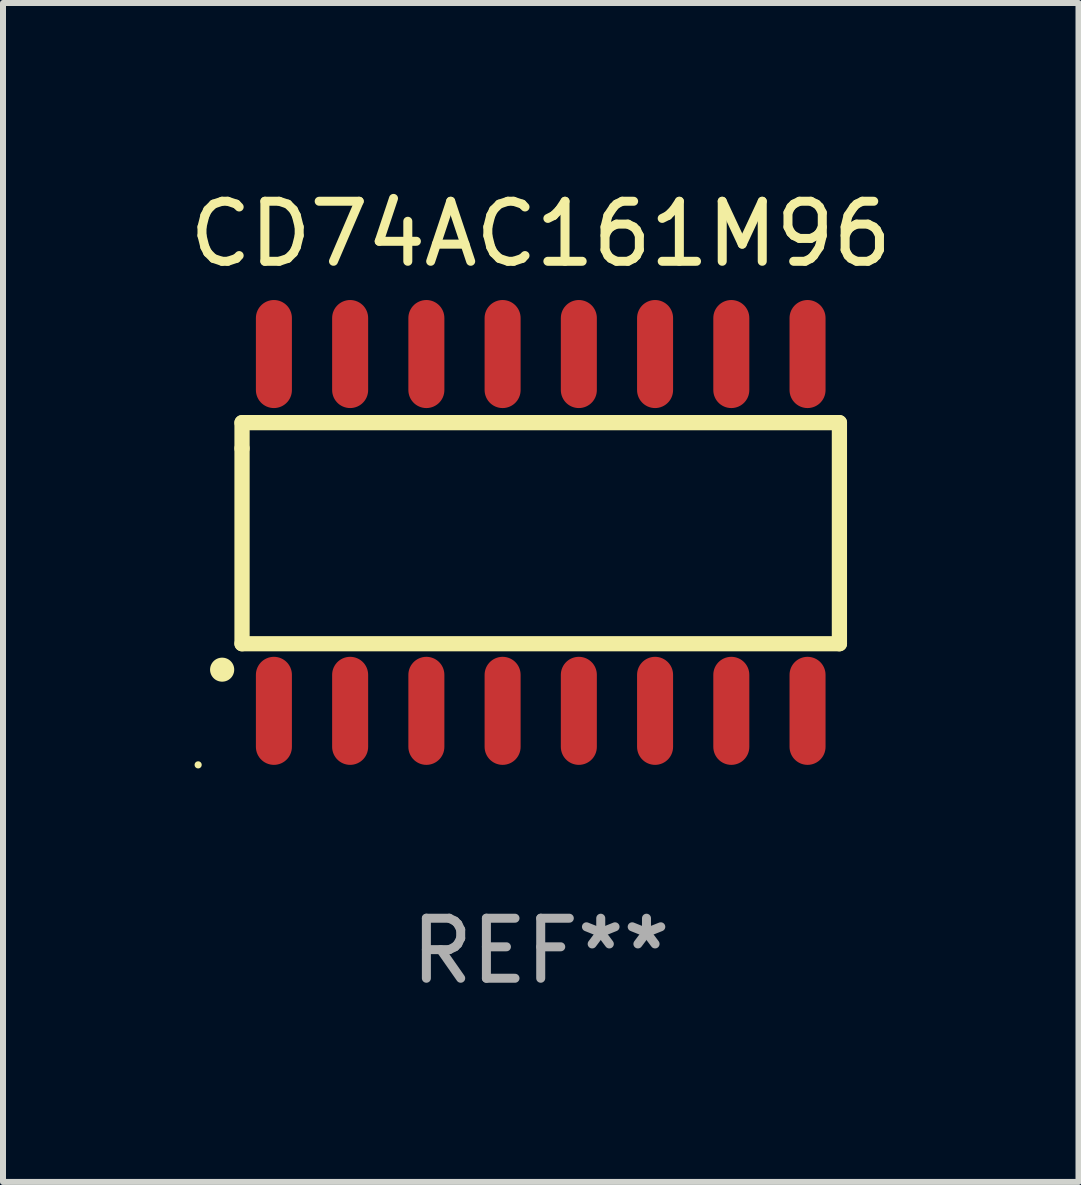
<source format=kicad_pcb>
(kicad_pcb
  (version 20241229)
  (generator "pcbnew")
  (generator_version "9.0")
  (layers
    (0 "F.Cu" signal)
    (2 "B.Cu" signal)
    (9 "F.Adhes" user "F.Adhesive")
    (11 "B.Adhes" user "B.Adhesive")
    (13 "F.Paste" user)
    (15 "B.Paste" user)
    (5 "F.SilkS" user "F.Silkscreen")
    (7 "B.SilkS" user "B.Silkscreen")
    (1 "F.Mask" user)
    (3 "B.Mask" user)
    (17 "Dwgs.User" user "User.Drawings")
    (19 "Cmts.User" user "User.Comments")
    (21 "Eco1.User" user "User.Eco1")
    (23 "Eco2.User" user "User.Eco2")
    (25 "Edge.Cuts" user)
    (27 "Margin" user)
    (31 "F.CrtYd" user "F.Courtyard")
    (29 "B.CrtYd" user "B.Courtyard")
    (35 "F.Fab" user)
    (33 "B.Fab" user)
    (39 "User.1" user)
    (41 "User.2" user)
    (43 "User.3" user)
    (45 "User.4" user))
  (footprint "CD74AC161M96"
    (layer "F.Cu")
    (at 5.958 5.82)
    (property "Reference" "CD74AC161M96" (at 0 -4.972 0) (layer "F.SilkS") (effects (font (size 1 1) (thickness 0.15))))
    (attr through_hole)
    (fp_line (start -4.976 -1.829) (end -4.976 -1.4) (stroke (width 0.254) (type solid)) (layer "F.SilkS"))
    (fp_line (start -4.976 -1.4) (end -4.976 1.854) (stroke (width 0.254) (type solid)) (layer "F.SilkS"))
    (fp_line (start -4.976 1.854) (end 4.976 1.854) (stroke (width 0.254) (type solid)) (layer "F.SilkS"))
    (fp_line (start 4.976 -1.829) (end -4.976 -1.829) (stroke (width 0.254) (type solid)) (layer "F.SilkS"))
    (fp_line (start 4.976 1.854) (end 4.976 -1.829) (stroke (width 0.254) (type solid)) (layer "F.SilkS"))
    (fp_arc (start -5.308611 2.286005) (mid -5.307341 2.286001) (end -5.306071 2.286005) (stroke (width 0.4) (type solid)) (layer "F.SilkS"))
    (fp_circle (center -5.707 3.872) (end -5.677 3.872) (stroke (width 0.06) (type solid)) (fill no) (layer "F.SilkS"))
    (fp_text user "REF**" (at 0 6.972 0) (layer "F.Fab") (effects (font (size 1 1) (thickness 0.15))))
    (pad "1" smd oval (at -4.445 2.972 180) (size 0.6 1.8) (layers "F.Cu" "F.Mask" "F.Paste"))
    (pad "2" smd oval (at -3.175 2.972 180) (size 0.6 1.8) (layers "F.Cu" "F.Mask" "F.Paste"))
    (pad "3" smd oval (at -1.905 2.972 180) (size 0.6 1.8) (layers "F.Cu" "F.Mask" "F.Paste"))
    (pad "4" smd oval (at -0.635 2.972 180) (size 0.6 1.8) (layers "F.Cu" "F.Mask" "F.Paste"))
    (pad "5" smd oval (at 0.635 2.972 180) (size 0.6 1.8) (layers "F.Cu" "F.Mask" "F.Paste"))
    (pad "6" smd oval (at 1.905 2.972 180) (size 0.6 1.8) (layers "F.Cu" "F.Mask" "F.Paste"))
    (pad "7" smd oval (at 3.175 2.972 180) (size 0.6 1.8) (layers "F.Cu" "F.Mask" "F.Paste"))
    (pad "8" smd oval (at 4.445 2.972 180) (size 0.6 1.8) (layers "F.Cu" "F.Mask" "F.Paste"))
    (pad "9" smd oval (at 4.445 -2.972 180) (size 0.6 1.8) (layers "F.Cu" "F.Mask" "F.Paste"))
    (pad "10" smd oval (at 3.175 -2.972 180) (size 0.6 1.8) (layers "F.Cu" "F.Mask" "F.Paste"))
    (pad "11" smd oval (at 1.905 -2.972 180) (size 0.6 1.8) (layers "F.Cu" "F.Mask" "F.Paste"))
    (pad "12" smd oval (at 0.635 -2.972 180) (size 0.6 1.8) (layers "F.Cu" "F.Mask" "F.Paste"))
    (pad "13" smd oval (at -0.635 -2.972 180) (size 0.6 1.8) (layers "F.Cu" "F.Mask" "F.Paste"))
    (pad "14" smd oval (at -1.905 -2.972 180) (size 0.6 1.8) (layers "F.Cu" "F.Mask" "F.Paste"))
    (pad "15" smd oval (at -3.175 -2.972 180) (size 0.6 1.8) (layers "F.Cu" "F.Mask" "F.Paste"))
    (pad "16" smd oval (at -4.445 -2.972 180) (size 0.6 1.8) (layers "F.Cu" "F.Mask" "F.Paste")))
  (gr_rect
    (start -3 -3)
    (end 14.917 16.64)
    (stroke (width 0.1) (type default))
    (fill no)
    (layer "Edge.Cuts")))
</source>
